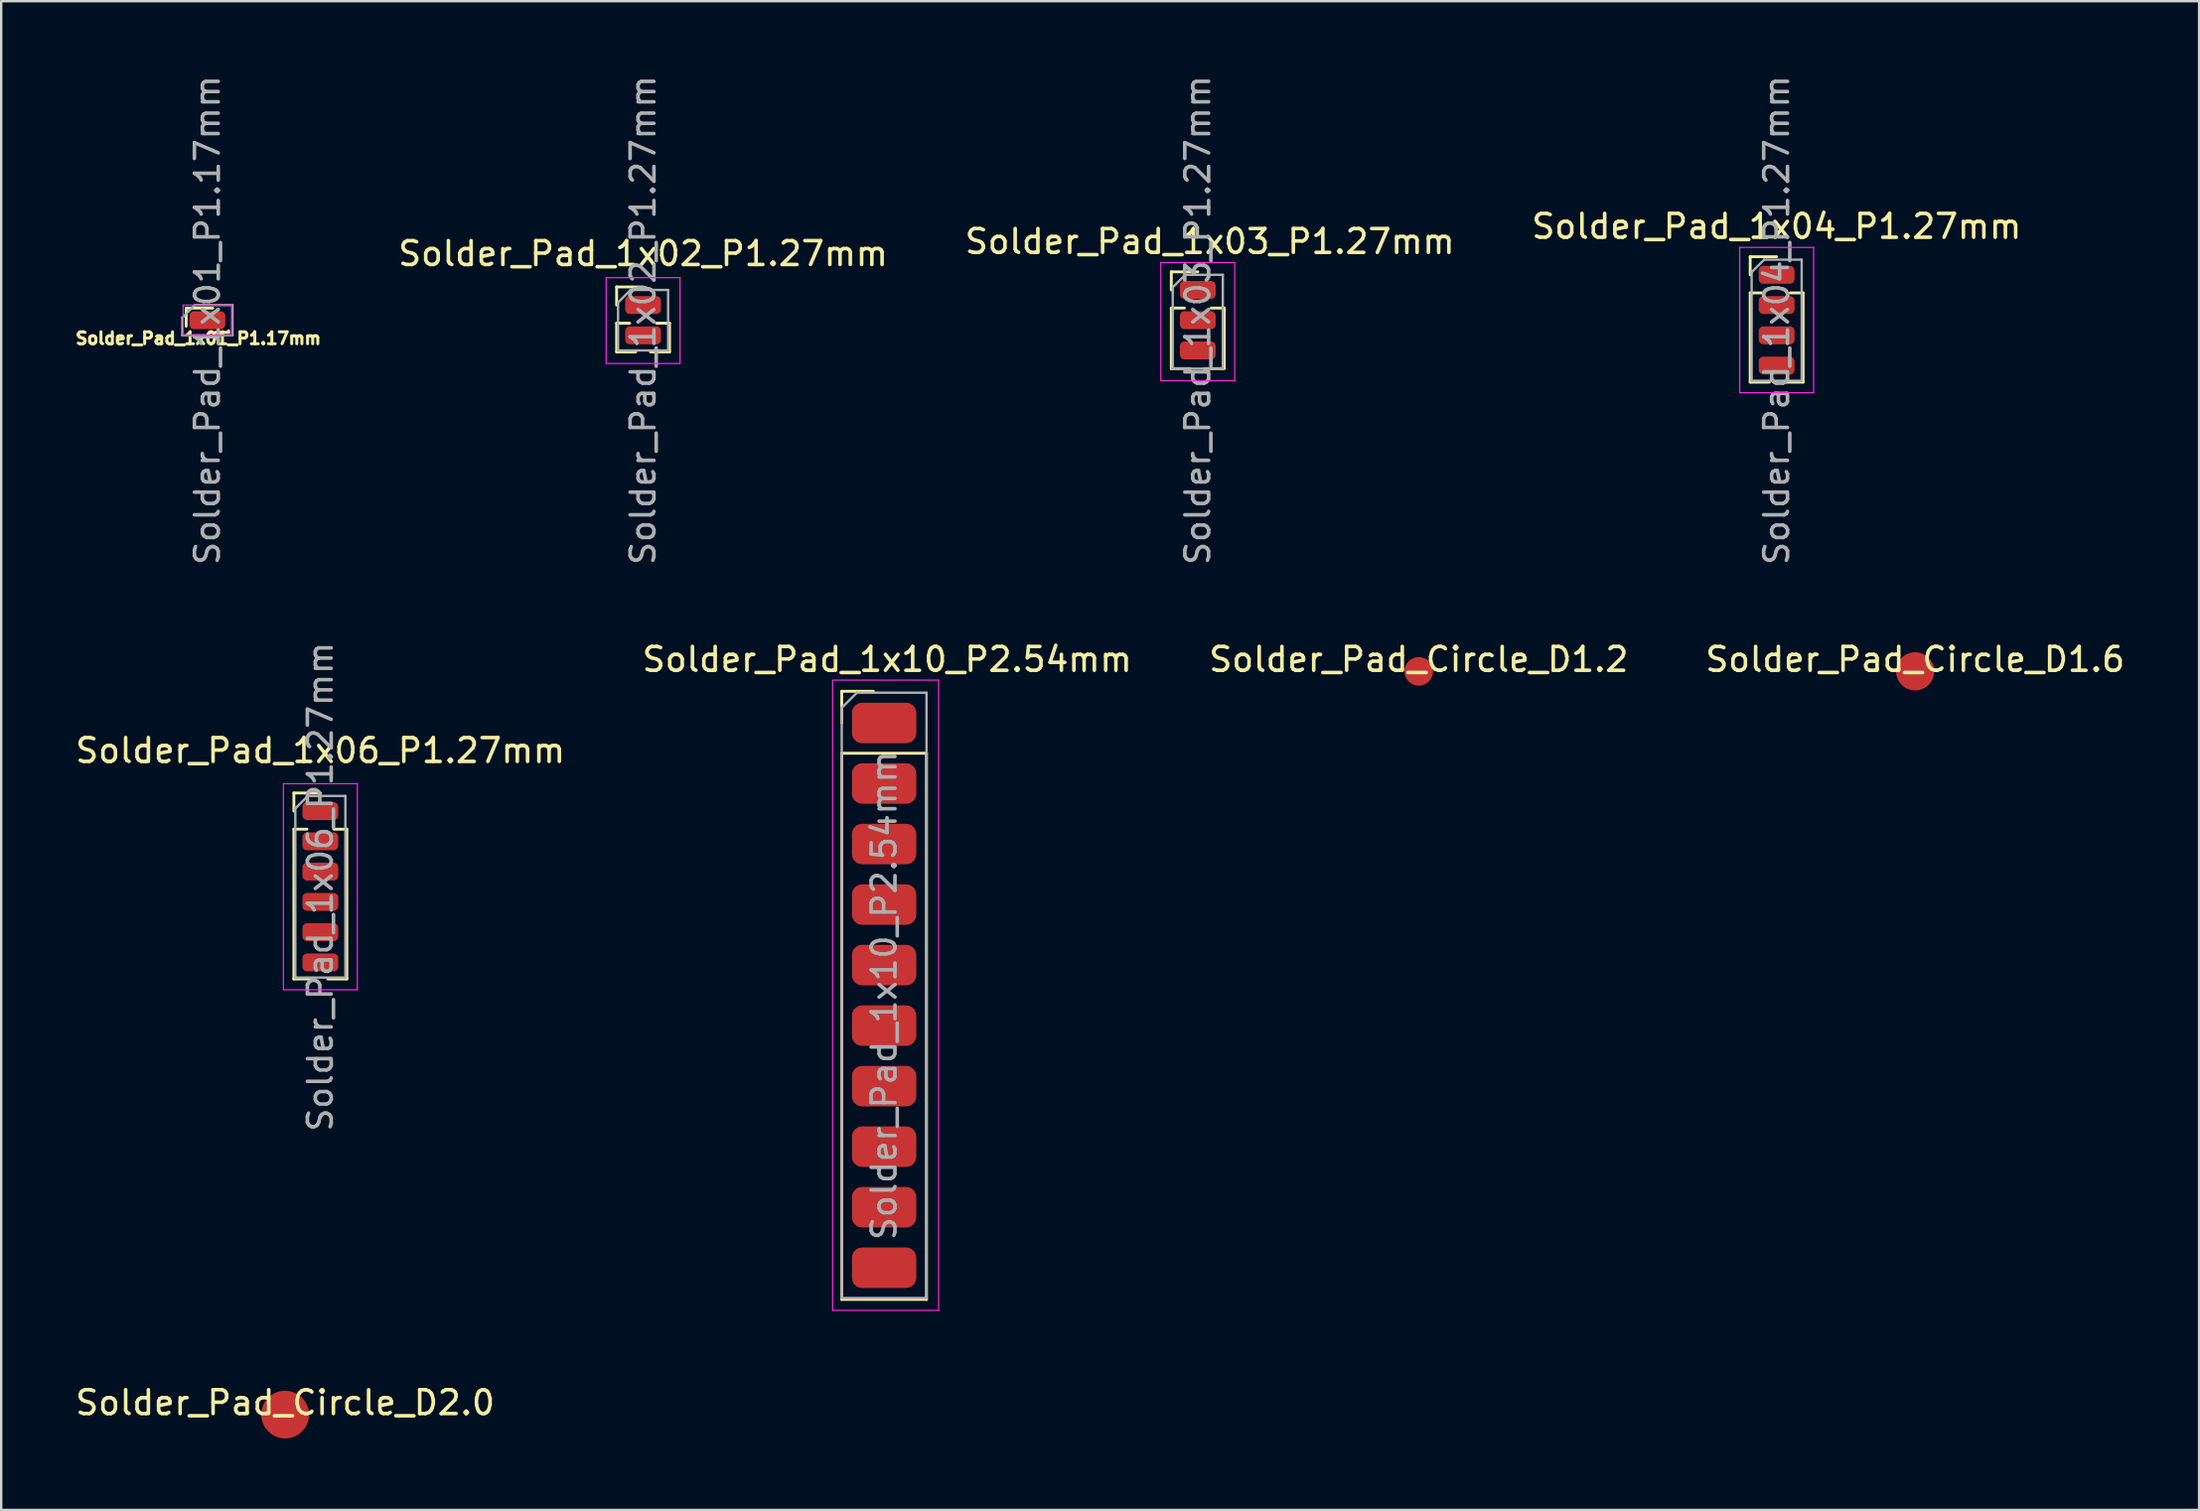
<source format=kicad_pcb>
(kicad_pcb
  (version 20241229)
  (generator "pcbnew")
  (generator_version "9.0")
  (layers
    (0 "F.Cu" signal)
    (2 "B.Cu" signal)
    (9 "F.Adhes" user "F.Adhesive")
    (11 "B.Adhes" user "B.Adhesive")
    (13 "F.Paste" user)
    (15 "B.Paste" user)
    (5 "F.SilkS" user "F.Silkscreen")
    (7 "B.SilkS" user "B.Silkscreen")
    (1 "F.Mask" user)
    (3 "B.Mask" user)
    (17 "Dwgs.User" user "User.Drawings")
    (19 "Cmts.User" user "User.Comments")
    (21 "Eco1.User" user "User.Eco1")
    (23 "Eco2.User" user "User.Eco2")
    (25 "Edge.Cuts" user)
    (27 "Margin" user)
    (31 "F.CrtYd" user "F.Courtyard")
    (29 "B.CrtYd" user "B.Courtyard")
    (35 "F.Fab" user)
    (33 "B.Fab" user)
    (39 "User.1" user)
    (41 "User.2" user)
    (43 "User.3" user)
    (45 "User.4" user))
  (footprint "Solder_Pad_1x03_P1.27mm"
    (layer "F.Cu")
    (at 47.19 9.117)
    (property "Reference" "Solder_Pad_1x03_P1.27mm" (at 0.508 -2.032 0) (layer "F.SilkS") (effects (font (size 1 1) (thickness 0.15))))
    (attr through_hole)
    (fp_line (start -1.11 -0.76) (end 0 -0.76) (stroke (width 0.12) (type solid)) (layer "F.SilkS"))
    (fp_line (start -1.11 0) (end -1.11 -0.76) (stroke (width 0.12) (type solid)) (layer "F.SilkS"))
    (fp_line (start -1.11 0.76) (end -1.11 3.302) (stroke (width 0.12) (type solid)) (layer "F.SilkS"))
    (fp_line (start -1.11 0.76) (end -0.563 0.76) (stroke (width 0.12) (type solid)) (layer "F.SilkS"))
    (fp_line (start -1.11 3.302) (end -0.308 3.302) (stroke (width 0.12) (type solid)) (layer "F.SilkS"))
    (fp_line (start 0.254 3.302) (end 1.056 3.302) (stroke (width 0.12) (type solid)) (layer "F.SilkS"))
    (fp_line (start 0.563 0.76) (end 1.11 0.76) (stroke (width 0.12) (type solid)) (layer "F.SilkS"))
    (fp_line (start 1.11 0.76) (end 1.11 3.302) (stroke (width 0.12) (type solid)) (layer "F.SilkS"))
    (fp_line (start -1.55 -1.15) (end -1.55 3.81) (stroke (width 0.05) (type solid)) (layer "F.CrtYd"))
    (fp_line (start -1.55 3.81) (end 1.55 3.81) (stroke (width 0.05) (type solid)) (layer "F.CrtYd"))
    (fp_line (start 1.55 -1.15) (end -1.55 -1.15) (stroke (width 0.05) (type solid)) (layer "F.CrtYd"))
    (fp_line (start 1.55 3.81) (end 1.55 -1.15) (stroke (width 0.05) (type solid)) (layer "F.CrtYd"))
    (fp_line (start -1.05 -0.11) (end -0.525 -0.635) (stroke (width 0.1) (type solid)) (layer "F.Fab"))
    (fp_line (start -1.05 3.302) (end -1.05 -0.11) (stroke (width 0.1) (type solid)) (layer "F.Fab"))
    (fp_line (start -0.525 -0.635) (end 1.05 -0.635) (stroke (width 0.1) (type solid)) (layer "F.Fab"))
    (fp_line (start 1.016 3.302) (end -1.084 3.302) (stroke (width 0.1) (type solid)) (layer "F.Fab"))
    (fp_line (start 1.05 -0.635) (end 1.05 3.302) (stroke (width 0.1) (type solid)) (layer "F.Fab"))
    (fp_text user "${REFERENCE}" (at 0 1.27 90) (layer "F.Fab") (effects (font (size 1 1) (thickness 0.15))))
    (pad "1" smd roundrect (at 0 0) (size 1.5 0.75) (layers "F.Cu" "F.Mask" "F.Paste") (roundrect_rratio 0.25))
    (pad "2" smd roundrect (at 0 1.27) (size 1.5 0.75) (layers "F.Cu" "F.Mask" "F.Paste") (roundrect_rratio 0.25))
    (pad "3" smd roundrect (at 0 2.54) (size 1.5 0.75) (layers "F.Cu" "F.Mask" "F.Paste") (roundrect_rratio 0.25)))
  (footprint "Solder_Pad_Circle_D1.6"
    (layer "F.Cu")
    (at 77.28 25.122)
    (property "Reference" "Solder_Pad_Circle_D1.6" (at 0 -0.5 0) (unlocked yes) (layer "F.SilkS") (effects (font (size 1 1) (thickness 0.15))))
    (attr smd)
    (pad "1" smd circle (at 0 0) (size 1.6 1.6) (layers "F.Cu" "F.Mask" "F.Paste")))
  (footprint "Solder_Pad_1x02_P1.27mm"
    (layer "F.Cu")
    (at 23.924 9.752)
    (property "Reference" "Solder_Pad_1x02_P1.27mm" (at 0 -2.159 0) (layer "F.SilkS") (effects (font (size 1 1) (thickness 0.15))))
    (attr exclude_from_pos_files exclude_from_bom)
    (fp_line (start -1.11 -0.76) (end 0 -0.76) (stroke (width 0.12) (type solid)) (layer "F.SilkS"))
    (fp_line (start -1.11 0) (end -1.11 -0.76) (stroke (width 0.12) (type solid)) (layer "F.SilkS"))
    (fp_line (start -1.11 0.76) (end -1.11 1.965) (stroke (width 0.12) (type solid)) (layer "F.SilkS"))
    (fp_line (start -1.11 0.76) (end -0.563 0.76) (stroke (width 0.12) (type solid)) (layer "F.SilkS"))
    (fp_line (start -1.11 1.965) (end -0.308 1.965) (stroke (width 0.12) (type solid)) (layer "F.SilkS"))
    (fp_line (start 0.308 1.965) (end 1.11 1.965) (stroke (width 0.12) (type solid)) (layer "F.SilkS"))
    (fp_line (start 0.563 0.76) (end 1.11 0.76) (stroke (width 0.12) (type solid)) (layer "F.SilkS"))
    (fp_line (start 1.11 0.76) (end 1.11 1.965) (stroke (width 0.12) (type solid)) (layer "F.SilkS"))
    (fp_line (start -1.55 -1.15) (end -1.55 2.45) (stroke (width 0.05) (type solid)) (layer "F.CrtYd"))
    (fp_line (start -1.55 2.45) (end 1.55 2.45) (stroke (width 0.05) (type solid)) (layer "F.CrtYd"))
    (fp_line (start 1.55 -1.15) (end -1.55 -1.15) (stroke (width 0.05) (type solid)) (layer "F.CrtYd"))
    (fp_line (start 1.55 2.45) (end 1.55 -1.15) (stroke (width 0.05) (type solid)) (layer "F.CrtYd"))
    (fp_line (start -1.05 -0.11) (end -0.525 -0.635) (stroke (width 0.1) (type solid)) (layer "F.Fab"))
    (fp_line (start -1.05 1.905) (end -1.05 -0.11) (stroke (width 0.1) (type solid)) (layer "F.Fab"))
    (fp_line (start -0.525 -0.635) (end 1.05 -0.635) (stroke (width 0.1) (type solid)) (layer "F.Fab"))
    (fp_line (start 1.05 -0.635) (end 1.05 1.905) (stroke (width 0.1) (type solid)) (layer "F.Fab"))
    (fp_line (start 1.05 1.905) (end -1.05 1.905) (stroke (width 0.1) (type solid)) (layer "F.Fab"))
    (fp_text user "${REFERENCE}" (at 0 0.635 90) (layer "F.Fab") (effects (font (size 1 1) (thickness 0.15))))
    (pad "1" smd roundrect (at 0 0) (size 1.5 0.75) (layers "F.Cu" "F.Mask" "F.Paste") (roundrect_rratio 0.25))
    (pad "2" smd roundrect (at 0 1.27) (size 1.5 0.75) (layers "F.Cu" "F.Mask" "F.Paste") (roundrect_rratio 0.25)))
  (footprint "Solder_Pad_Circle_D1.2"
    (layer "F.Cu")
    (at 56.458 25.122)
    (property "Reference" "Solder_Pad_Circle_D1.2" (at 0 -0.5 0) (unlocked yes) (layer "F.SilkS") (effects (font (size 1 1) (thickness 0.15))))
    (attr smd)
    (pad "1" smd circle (at 0 0) (size 1.2 1.2) (layers "F.Cu" "F.Mask" "F.Paste")))
  (footprint "Solder_Pad_Circle_D2.0"
    (layer "F.Cu")
    (at 8.911 56.312)
    (property "Reference" "Solder_Pad_Circle_D2.0" (at 0 -0.5 0) (unlocked yes) (layer "F.SilkS") (effects (font (size 1 1) (thickness 0.15))))
    (attr smd)
    (pad "1" smd circle (at 0 0) (size 2 2) (layers "F.Cu" "F.Mask" "F.Paste")))
  (footprint "Solder_Pad_1x01_P1.17mm"
    (layer "F.Cu")
    (at 5.649 10.387)
    (property "Reference" "Solder_Pad_1x01_P1.17mm" (at -0.381 0.762 0) (layer "F.SilkS") (effects (font (size 0.5 0.5) (thickness 0.125))))
    (attr exclude_from_pos_files exclude_from_bom)
    (fp_line (start -0.889 -0.507) (end 0.221 -0.507) (stroke (width 0.12) (type solid)) (layer "F.SilkS"))
    (fp_line (start -0.889 0.253) (end -0.889 -0.507) (stroke (width 0.12) (type solid)) (layer "F.SilkS"))
    (fp_line (start 0.342 0.508) (end 0.889 0.508) (stroke (width 0.12) (type solid)) (layer "F.SilkS"))
    (fp_line (start 0.889 0.508) (end 0.889 0.443) (stroke (width 0.12) (type solid)) (layer "F.SilkS"))
    (fp_line (start -1.016 -0.635) (end -1.016 0.635) (stroke (width 0.05) (type solid)) (layer "F.CrtYd"))
    (fp_line (start -1.016 0.635) (end 1.016 0.635) (stroke (width 0.05) (type solid)) (layer "F.CrtYd"))
    (fp_line (start 1.016 -0.635) (end -1.016 -0.635) (stroke (width 0.05) (type solid)) (layer "F.CrtYd"))
    (fp_line (start 1.016 0.635) (end 1.016 -0.635) (stroke (width 0.05) (type solid)) (layer "F.CrtYd"))
    (fp_line (start -1.05 -0.11) (end -0.525 -0.635) (stroke (width 0.1) (type solid)) (layer "F.Fab"))
    (fp_line (start -1.05 0.635) (end -1.05 -0.11) (stroke (width 0.1) (type solid)) (layer "F.Fab"))
    (fp_line (start -0.525 -0.635) (end 1.05 -0.635) (stroke (width 0.1) (type solid)) (layer "F.Fab"))
    (fp_line (start 1.05 -0.635) (end 1.05 0.635) (stroke (width 0.1) (type solid)) (layer "F.Fab"))
    (fp_line (start 1.05 0.635) (end -1.05 0.635) (stroke (width 0.1) (type solid)) (layer "F.Fab"))
    (fp_text user "${REFERENCE}" (at 0 0 90) (layer "F.Fab") (effects (font (size 1 1) (thickness 0.15))))
    (pad "1" smd roundrect (at 0 0) (size 1.5 0.75) (layers "F.Cu" "F.Mask" "F.Paste") (roundrect_rratio 0.25)))
  (footprint "Solder_Pad_1x06_P1.27mm"
    (layer "F.Cu")
    (at 10.387 30.986)
    (property "Reference" "Solder_Pad_1x06_P1.27mm" (at 0 -2.54 0) (layer "F.SilkS") (effects (font (size 1 1) (thickness 0.15))))
    (attr exclude_from_pos_files exclude_from_bom)
    (fp_line (start -1.11 -0.76) (end 0 -0.76) (stroke (width 0.12) (type solid)) (layer "F.SilkS"))
    (fp_line (start -1.11 0) (end -1.11 -0.76) (stroke (width 0.12) (type solid)) (layer "F.SilkS"))
    (fp_line (start -1.11 0.76) (end -1.11 7.045) (stroke (width 0.12) (type solid)) (layer "F.SilkS"))
    (fp_line (start -1.11 0.76) (end -0.563 0.76) (stroke (width 0.12) (type solid)) (layer "F.SilkS"))
    (fp_line (start -1.11 7.045) (end -0.308 7.045) (stroke (width 0.12) (type solid)) (layer "F.SilkS"))
    (fp_line (start 0.308 7.045) (end 1.11 7.045) (stroke (width 0.12) (type solid)) (layer "F.SilkS"))
    (fp_line (start 0.563 0.76) (end 1.11 0.76) (stroke (width 0.12) (type solid)) (layer "F.SilkS"))
    (fp_line (start 1.11 0.76) (end 1.11 7.045) (stroke (width 0.12) (type solid)) (layer "F.SilkS"))
    (fp_line (start -1.55 -1.15) (end -1.55 7.5) (stroke (width 0.05) (type solid)) (layer "F.CrtYd"))
    (fp_line (start -1.55 7.5) (end 1.55 7.5) (stroke (width 0.05) (type solid)) (layer "F.CrtYd"))
    (fp_line (start 1.55 -1.15) (end -1.55 -1.15) (stroke (width 0.05) (type solid)) (layer "F.CrtYd"))
    (fp_line (start 1.55 7.5) (end 1.55 -1.15) (stroke (width 0.05) (type solid)) (layer "F.CrtYd"))
    (fp_line (start -1.05 -0.11) (end -0.525 -0.635) (stroke (width 0.1) (type solid)) (layer "F.Fab"))
    (fp_line (start -1.05 6.985) (end -1.05 -0.11) (stroke (width 0.1) (type solid)) (layer "F.Fab"))
    (fp_line (start -0.525 -0.635) (end 1.05 -0.635) (stroke (width 0.1) (type solid)) (layer "F.Fab"))
    (fp_line (start 1.05 -0.635) (end 1.05 6.985) (stroke (width 0.1) (type solid)) (layer "F.Fab"))
    (fp_line (start 1.05 6.985) (end -1.05 6.985) (stroke (width 0.1) (type solid)) (layer "F.Fab"))
    (fp_text user "${REFERENCE}" (at 0 3.175 90) (layer "F.Fab") (effects (font (size 1 1) (thickness 0.15))))
    (pad "1" smd roundrect (at 0 0) (size 1.5 0.75) (layers "F.Cu" "F.Mask" "F.Paste") (roundrect_rratio 0.25))
    (pad "2" smd roundrect (at 0 1.27) (size 1.5 0.75) (layers "F.Cu" "F.Mask" "F.Paste") (roundrect_rratio 0.25))
    (pad "3" smd roundrect (at 0 2.54) (size 1.5 0.75) (layers "F.Cu" "F.Mask" "F.Paste") (roundrect_rratio 0.25))
    (pad "4" smd roundrect (at 0 3.81) (size 1.5 0.75) (layers "F.Cu" "F.Mask" "F.Paste") (roundrect_rratio 0.25))
    (pad "5" smd roundrect (at 0 5.08) (size 1.5 0.75) (layers "F.Cu" "F.Mask" "F.Paste") (roundrect_rratio 0.25))
    (pad "6" smd roundrect (at 0 6.35) (size 1.5 0.75) (layers "F.Cu" "F.Mask" "F.Paste") (roundrect_rratio 0.25)))
  (footprint "Solder_Pad_1x04_P1.27mm"
    (layer "F.Cu")
    (at 71.471 8.482)
    (property "Reference" "Solder_Pad_1x04_P1.27mm" (at 0 -2.032 0) (layer "F.SilkS") (effects (font (size 1 1) (thickness 0.15))))
    (attr exclude_from_pos_files exclude_from_bom)
    (fp_line (start -1.11 -0.76) (end 0 -0.76) (stroke (width 0.12) (type solid)) (layer "F.SilkS"))
    (fp_line (start -1.11 0) (end -1.11 -0.76) (stroke (width 0.12) (type solid)) (layer "F.SilkS"))
    (fp_line (start -1.11 0.76) (end -1.11 4.505) (stroke (width 0.12) (type solid)) (layer "F.SilkS"))
    (fp_line (start -1.11 0.76) (end -0.563 0.76) (stroke (width 0.12) (type solid)) (layer "F.SilkS"))
    (fp_line (start -1.11 4.505) (end -0.308 4.505) (stroke (width 0.12) (type solid)) (layer "F.SilkS"))
    (fp_line (start 0.308 4.505) (end 1.11 4.505) (stroke (width 0.12) (type solid)) (layer "F.SilkS"))
    (fp_line (start 0.563 0.76) (end 1.11 0.76) (stroke (width 0.12) (type solid)) (layer "F.SilkS"))
    (fp_line (start 1.11 0.76) (end 1.11 4.505) (stroke (width 0.12) (type solid)) (layer "F.SilkS"))
    (fp_line (start -1.55 -1.15) (end -1.55 4.95) (stroke (width 0.05) (type solid)) (layer "F.CrtYd"))
    (fp_line (start -1.55 4.95) (end 1.55 4.95) (stroke (width 0.05) (type solid)) (layer "F.CrtYd"))
    (fp_line (start 1.55 -1.15) (end -1.55 -1.15) (stroke (width 0.05) (type solid)) (layer "F.CrtYd"))
    (fp_line (start 1.55 4.95) (end 1.55 -1.15) (stroke (width 0.05) (type solid)) (layer "F.CrtYd"))
    (fp_line (start -1.05 -0.11) (end -0.525 -0.635) (stroke (width 0.1) (type solid)) (layer "F.Fab"))
    (fp_line (start -1.05 4.445) (end -1.05 -0.11) (stroke (width 0.1) (type solid)) (layer "F.Fab"))
    (fp_line (start -0.525 -0.635) (end 1.05 -0.635) (stroke (width 0.1) (type solid)) (layer "F.Fab"))
    (fp_line (start 1.05 -0.635) (end 1.05 4.445) (stroke (width 0.1) (type solid)) (layer "F.Fab"))
    (fp_line (start 1.05 4.445) (end -1.05 4.445) (stroke (width 0.1) (type solid)) (layer "F.Fab"))
    (fp_text user "${REFERENCE}" (at 0 1.905 90) (layer "F.Fab") (effects (font (size 1 1) (thickness 0.15))))
    (pad "1" smd roundrect (at 0 0) (size 1.5 0.75) (layers "F.Cu" "F.Mask" "F.Paste") (roundrect_rratio 0.25))
    (pad "2" smd roundrect (at 0 1.27) (size 1.5 0.75) (layers "F.Cu" "F.Mask" "F.Paste") (roundrect_rratio 0.25))
    (pad "3" smd roundrect (at 0 2.54) (size 1.5 0.75) (layers "F.Cu" "F.Mask" "F.Paste") (roundrect_rratio 0.25))
    (pad "4" smd roundrect (at 0 3.81) (size 1.5 0.75) (layers "F.Cu" "F.Mask" "F.Paste") (roundrect_rratio 0.25)))
  (footprint "Solder_Pad_1x10_P2.54mm"
    (layer "F.Cu")
    (at 34.034 27.289)
    (property "Reference" "Solder_Pad_1x10_P2.54mm" (at 0.127 -2.667 0) (layer "F.SilkS") (effects (font (size 1 1) (thickness 0.15))))
    (attr exclude_from_pos_files exclude_from_bom)
    (fp_line (start -1.778 -1.33) (end -0.448 -1.33) (stroke (width 0.12) (type solid)) (layer "F.SilkS"))
    (fp_line (start -1.778 0) (end -1.778 -1.33) (stroke (width 0.12) (type solid)) (layer "F.SilkS"))
    (fp_line (start -1.778 1.27) (end -1.778 24.19) (stroke (width 0.12) (type solid)) (layer "F.SilkS"))
    (fp_line (start -1.778 1.27) (end 1.778 1.27) (stroke (width 0.12) (type solid)) (layer "F.SilkS"))
    (fp_line (start -1.778 24.19) (end 1.778 24.19) (stroke (width 0.12) (type solid)) (layer "F.SilkS"))
    (fp_line (start 1.778 1.27) (end 1.778 24.19) (stroke (width 0.12) (type solid)) (layer "F.SilkS"))
    (fp_line (start -2.159 -1.778) (end -2.159 24.65) (stroke (width 0.05) (type solid)) (layer "F.CrtYd"))
    (fp_line (start -2.159 24.65) (end 2.286 24.65) (stroke (width 0.05) (type solid)) (layer "F.CrtYd"))
    (fp_line (start 2.286 -1.8) (end -2.159 -1.8) (stroke (width 0.05) (type solid)) (layer "F.CrtYd"))
    (fp_line (start 2.286 24.65) (end 2.286 -1.8) (stroke (width 0.05) (type solid)) (layer "F.CrtYd"))
    (fp_line (start -1.778 -0.635) (end -1.143 -1.27) (stroke (width 0.1) (type solid)) (layer "F.Fab"))
    (fp_line (start -1.778 24.13) (end -1.778 -0.635) (stroke (width 0.1) (type solid)) (layer "F.Fab"))
    (fp_line (start -1.143 -1.27) (end 1.778 -1.27) (stroke (width 0.1) (type solid)) (layer "F.Fab"))
    (fp_line (start 1.778 -1.27) (end 1.778 24.13) (stroke (width 0.1) (type solid)) (layer "F.Fab"))
    (fp_line (start 1.778 24.13) (end -1.778 24.13) (stroke (width 0.1) (type solid)) (layer "F.Fab"))
    (fp_text user "${REFERENCE}" (at 0 11.43 90) (layer "F.Fab") (effects (font (size 1 1) (thickness 0.15))))
    (pad "1" smd roundrect (at 0 0) (size 2.7 1.7) (layers "F.Cu" "F.Mask" "F.Paste") (roundrect_rratio 0.25))
    (pad "2" smd roundrect (at 0 2.54) (size 2.7 1.7) (layers "F.Cu" "F.Mask" "F.Paste") (roundrect_rratio 0.25))
    (pad "3" smd roundrect (at 0 5.08) (size 2.7 1.7) (layers "F.Cu" "F.Mask" "F.Paste") (roundrect_rratio 0.25))
    (pad "4" smd roundrect (at 0 7.62) (size 2.7 1.7) (layers "F.Cu" "F.Mask" "F.Paste") (roundrect_rratio 0.25))
    (pad "5" smd roundrect (at 0 10.16) (size 2.7 1.7) (layers "F.Cu" "F.Mask" "F.Paste") (roundrect_rratio 0.25))
    (pad "6" smd roundrect (at 0 12.7) (size 2.7 1.7) (layers "F.Cu" "F.Mask" "F.Paste") (roundrect_rratio 0.25))
    (pad "7" smd roundrect (at 0 15.24) (size 2.7 1.7) (layers "F.Cu" "F.Mask" "F.Paste") (roundrect_rratio 0.25))
    (pad "8" smd roundrect (at 0 17.78) (size 2.7 1.7) (layers "F.Cu" "F.Mask" "F.Paste") (roundrect_rratio 0.25))
    (pad "9" smd roundrect (at 0 20.32) (size 2.7 1.7) (layers "F.Cu" "F.Mask" "F.Paste") (roundrect_rratio 0.25))
    (pad "10" smd roundrect (at 0 22.86) (size 2.7 1.7) (layers "F.Cu" "F.Mask" "F.Paste") (roundrect_rratio 0.25)))
  (gr_rect
    (start -3 -3)
    (end 89.19 60.312)
    (stroke (width 0.1) (type default))
    (fill no)
    (layer "Edge.Cuts")))
</source>
